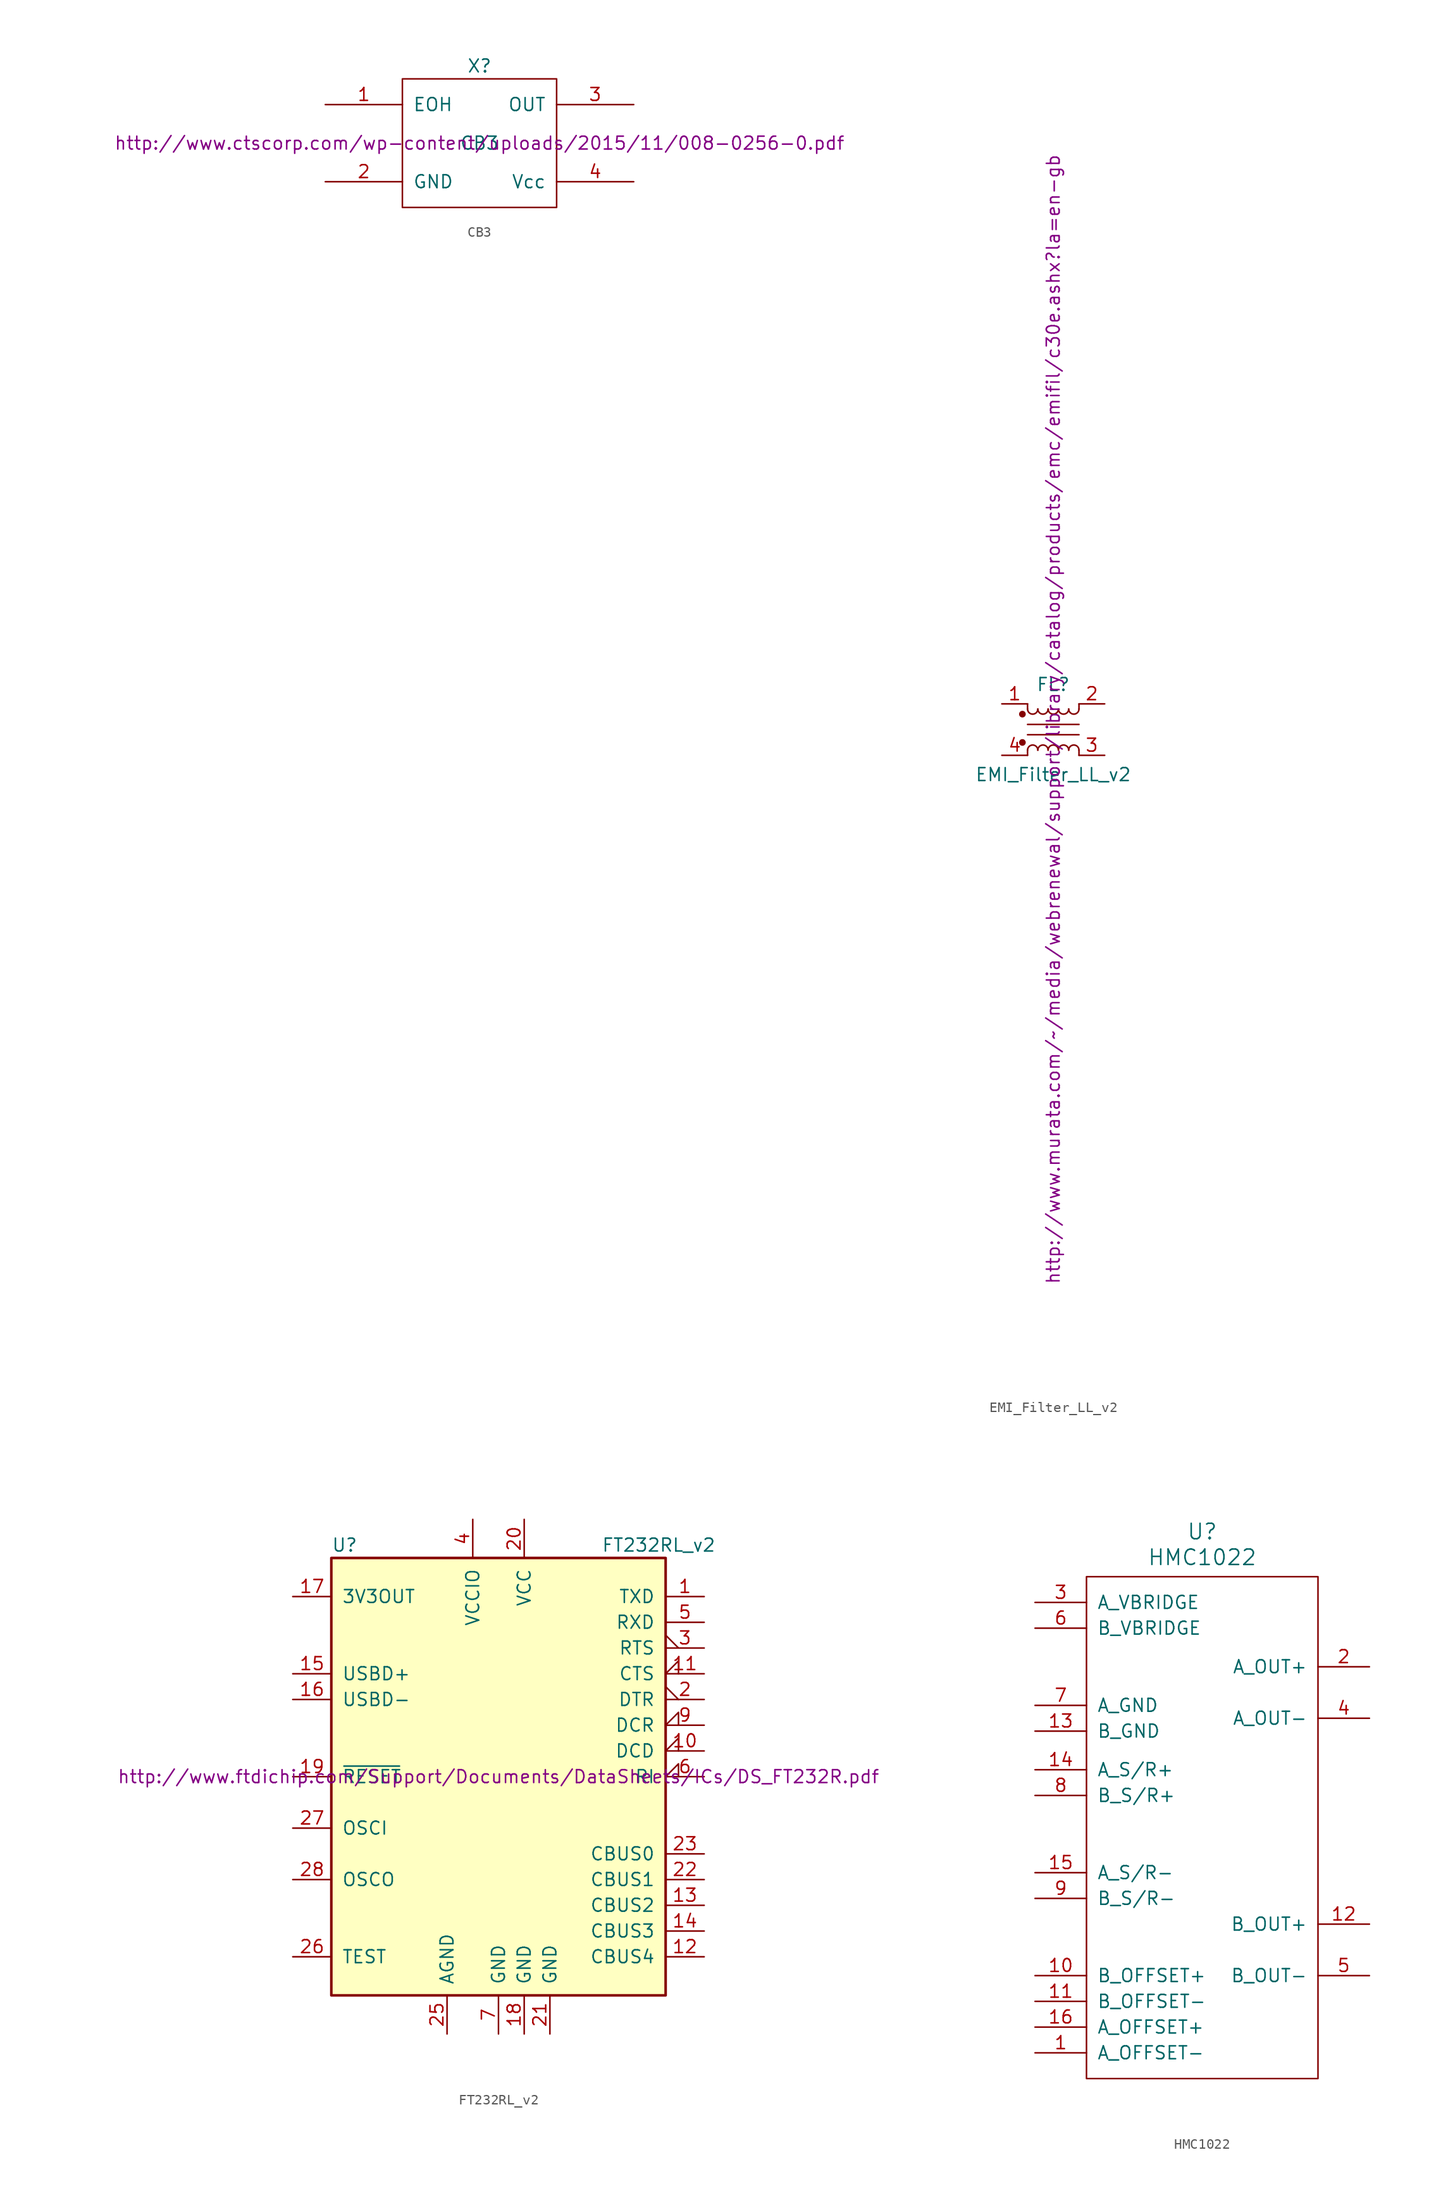
<source format=kicad_sym>
(kicad_symbol_lib
  (version 20241209)
  (generator "kicad_symbol_editor")
  (generator_version "9.0")
  (symbol "CB3"
    (pin_names
      (offset 1.016))
    (property "Reference" "X"
      (at 0 7.62 0)
      (effects (font (size 1.27 1.27))))
    (property "Value" "CB3"
      (at 0 0 0)
      (effects (font (size 1.27 1.27))))
    (property "Footprint" ""
      (at 0 0 0)
      (effects (font (size 1.27 1.27))))
    (property "Datasheet" "http://www.ctscorp.com/wp-content/uploads/2015/11/008-0256-0.pdf"
      (at 0 0 0)
      (effects (font (size 1.27 1.27))))
    (symbol "CB3_0_1"
      (rectangle (start -7.62 6.35) (end 7.62 -6.35) (stroke (width 0) (type default)) (fill (type none))))
    (symbol "CB3_1_1"
      (pin input line (at -15.24 3.81 0) (length 7.62) (name "EOH" (effects (font (size 1.27 1.27)))) (number "1" (effects (font (size 1.27 1.27)))))
      (pin passive line (at -15.24 -3.81 0) (length 7.62) (name "GND" (effects (font (size 1.27 1.27)))) (number "2" (effects (font (size 1.27 1.27)))))
      (pin output line (at 15.24 3.81 180) (length 7.62) (name "OUT" (effects (font (size 1.27 1.27)))) (number "3" (effects (font (size 1.27 1.27)))))
      (pin passive line (at 15.24 -3.81 180) (length 7.62) (name "Vcc" (effects (font (size 1.27 1.27)))) (number "4" (effects (font (size 1.27 1.27)))))))
  (symbol "EMI_Filter_LL_v2"
    (pin_names
      (offset 0.254)
      (hide yes))
    (property "Reference" "FL"
      (at 0 4.445 0)
      (effects (font (size 1.27 1.27))))
    (property "Value" "EMI_Filter_LL_v2"
      (at 0 -4.445 0)
      (effects (font (size 1.27 1.27))))
    (property "Footprint" ""
      (at 0 1.016 90)
      (effects (font (size 1.27 1.27))))
    (property "Datasheet" "http://www.murata.com/~/media/webrenewal/support/library/catalog/products/emc/emifil/c30e.ashx?la=en-gb"
      (at 0 1.016 90)
      (effects (font (size 1.27 1.27))))
    (symbol "EMI_Filter_LL_v2_0_1"
      (circle (center -3.048 1.524) (radius 0.254) (stroke (width 0) (type default)) (fill (type outline)))
      (circle (center -3.048 -1.27) (radius 0.254) (stroke (width 0) (type default)) (fill (type outline)))
      (polyline (pts (xy -2.54 2.032) (xy -2.54 2.54)) (stroke (width 0) (type default)) (fill (type none)))
      (polyline (pts (xy -2.54 0.508) (xy 2.54 0.508)) (stroke (width 0) (type default)) (fill (type none)))
      (polyline (pts (xy -2.54 -2.032) (xy -2.54 -2.54)) (stroke (width 0) (type default)) (fill (type none)))
      (arc (start -1.524 2.032) (mid -2.032 1.5262) (end -2.54 2.032) (stroke (width 0) (type default)) (fill (type none)))
      (arc (start -2.54 -2.032) (mid -2.032 -1.5262) (end -1.524 -2.032) (stroke (width 0) (type default)) (fill (type none)))
      (arc (start -0.508 2.032) (mid -1.016 1.5262) (end -1.524 2.032) (stroke (width 0) (type default)) (fill (type none)))
      (arc (start -1.524 -2.032) (mid -1.016 -1.5262) (end -0.508 -2.032) (stroke (width 0) (type default)) (fill (type none)))
      (arc (start 0.508 2.032) (mid 0 1.5262) (end -0.508 2.032) (stroke (width 0) (type default)) (fill (type none)))
      (arc (start -0.508 -2.032) (mid 0 -1.5262) (end 0.508 -2.032) (stroke (width 0) (type default)) (fill (type none)))
      (arc (start 1.524 2.032) (mid 1.016 1.5262) (end 0.508 2.032) (stroke (width 0) (type default)) (fill (type none)))
      (arc (start 0.508 -2.032) (mid 1.016 -1.5262) (end 1.524 -2.032) (stroke (width 0) (type default)) (fill (type none)))
      (arc (start 2.54 2.032) (mid 2.032 1.5262) (end 1.524 2.032) (stroke (width 0) (type default)) (fill (type none)))
      (arc (start 1.524 -2.032) (mid 2.032 -1.5262) (end 2.54 -2.032) (stroke (width 0) (type default)) (fill (type none)))
      (polyline (pts (xy 2.54 2.54) (xy 2.54 2.032)) (stroke (width 0) (type default)) (fill (type none)))
      (polyline (pts (xy 2.54 -0.508) (xy -2.54 -0.508)) (stroke (width 0) (type default)) (fill (type none)))
      (polyline (pts (xy 2.54 -2.032) (xy 2.54 -2.54)) (stroke (width 0) (type default)) (fill (type none))))
    (symbol "EMI_Filter_LL_v2_1_1"
      (pin passive line (at -5.08 2.54 0) (length 2.54) (name "1" (effects (font (size 1.27 1.27)))) (number "1" (effects (font (size 1.27 1.27)))))
      (pin passive line (at -5.08 -2.54 0) (length 2.54) (name "4" (effects (font (size 1.27 1.27)))) (number "4" (effects (font (size 1.27 1.27)))))
      (pin passive line (at 5.08 2.54 180) (length 2.54) (name "2" (effects (font (size 1.27 1.27)))) (number "2" (effects (font (size 1.27 1.27)))))
      (pin passive line (at 5.08 -2.54 180) (length 2.54) (name "3" (effects (font (size 1.27 1.27)))) (number "3" (effects (font (size 1.27 1.27)))))))
  (symbol "FT232RL_v2"
    (pin_names
      (offset 1.016))
    (property "Reference" "U"
      (at -16.51 22.86 0)
      (effects (font (size 1.27 1.27)) (justify left)))
    (property "Value" "FT232RL_v2"
      (at 10.16 22.86 0)
      (effects (font (size 1.27 1.27)) (justify left)))
    (property "Datasheet" "http://www.ftdichip.com/Support/Documents/DataSheets/ICs/DS_FT232R.pdf"
      (at 0 0 0)
      (effects (font (size 1.27 1.27))))
    (symbol "FT232RL_v2_0_1"
      (rectangle (start -16.51 21.59) (end 16.51 -21.59) (stroke (width 0.254) (type default)) (fill (type background))))
    (symbol "FT232RL_v2_1_1"
      (pin output line (at -20.32 17.78 0) (length 3.81) (name "3V3OUT" (effects (font (size 1.27 1.27)))) (number "17" (effects (font (size 1.27 1.27)))))
      (pin bidirectional line (at -20.32 10.16 0) (length 3.81) (name "USBD+" (effects (font (size 1.27 1.27)))) (number "15" (effects (font (size 1.27 1.27)))))
      (pin bidirectional line (at -20.32 7.62 0) (length 3.81) (name "USBD-" (effects (font (size 1.27 1.27)))) (number "16" (effects (font (size 1.27 1.27)))))
      (pin input line (at -20.32 0 0) (length 3.81) (name "~{RESET}" (effects (font (size 1.27 1.27)))) (number "19" (effects (font (size 1.27 1.27)))))
      (pin input line (at -20.32 -5.08 0) (length 3.81) (name "OSCI" (effects (font (size 1.27 1.27)))) (number "27" (effects (font (size 1.27 1.27)))))
      (pin output line (at -20.32 -10.16 0) (length 3.81) (name "OSCO" (effects (font (size 1.27 1.27)))) (number "28" (effects (font (size 1.27 1.27)))))
      (pin power_in line (at -20.32 -17.78 0) (length 3.81) (name "TEST" (effects (font (size 1.27 1.27)))) (number "26" (effects (font (size 1.27 1.27)))))
      (pin power_in line (at -5.08 -25.4 90) (length 3.81) (name "AGND" (effects (font (size 1.27 1.27)))) (number "25" (effects (font (size 1.27 1.27)))))
      (pin no_connect line (at -3.81 8.89 0) (length 2.54) (hide yes) (name "NC" (effects (font (size 1.27 1.27)))) (number "8" (effects (font (size 1.27 1.27)))))
      (pin no_connect line (at -3.81 6.35 0) (length 2.54) (hide yes) (name "NC" (effects (font (size 1.27 1.27)))) (number "24" (effects (font (size 1.27 1.27)))))
      (pin input line (at -2.54 25.4 270) (length 3.81) (name "VCCIO" (effects (font (size 1.27 1.27)))) (number "4" (effects (font (size 1.27 1.27)))))
      (pin power_in line (at 0 -25.4 90) (length 3.81) (name "GND" (effects (font (size 1.27 1.27)))) (number "7" (effects (font (size 1.27 1.27)))))
      (pin power_in line (at 2.54 25.4 270) (length 3.81) (name "VCC" (effects (font (size 1.27 1.27)))) (number "20" (effects (font (size 1.27 1.27)))))
      (pin power_in line (at 2.54 -25.4 90) (length 3.81) (name "GND" (effects (font (size 1.27 1.27)))) (number "18" (effects (font (size 1.27 1.27)))))
      (pin power_in line (at 5.08 -25.4 90) (length 3.81) (name "GND" (effects (font (size 1.27 1.27)))) (number "21" (effects (font (size 1.27 1.27)))))
      (pin output line (at 20.32 17.78 180) (length 3.81) (name "TXD" (effects (font (size 1.27 1.27)))) (number "1" (effects (font (size 1.27 1.27)))))
      (pin input line (at 20.32 15.24 180) (length 3.81) (name "RXD" (effects (font (size 1.27 1.27)))) (number "5" (effects (font (size 1.27 1.27)))))
      (pin output output_low (at 20.32 12.7 180) (length 3.81) (name "RTS" (effects (font (size 1.27 1.27)))) (number "3" (effects (font (size 1.27 1.27)))))
      (pin input input_low (at 20.32 10.16 180) (length 3.81) (name "CTS" (effects (font (size 1.27 1.27)))) (number "11" (effects (font (size 1.27 1.27)))))
      (pin output output_low (at 20.32 7.62 180) (length 3.81) (name "DTR" (effects (font (size 1.27 1.27)))) (number "2" (effects (font (size 1.27 1.27)))))
      (pin input input_low (at 20.32 5.08 180) (length 3.81) (name "DCR" (effects (font (size 1.27 1.27)))) (number "9" (effects (font (size 1.27 1.27)))))
      (pin input input_low (at 20.32 2.54 180) (length 3.81) (name "DCD" (effects (font (size 1.27 1.27)))) (number "10" (effects (font (size 1.27 1.27)))))
      (pin input input_low (at 20.32 0 180) (length 3.81) (name "RI" (effects (font (size 1.27 1.27)))) (number "6" (effects (font (size 1.27 1.27)))))
      (pin bidirectional line (at 20.32 -7.62 180) (length 3.81) (name "CBUS0" (effects (font (size 1.27 1.27)))) (number "23" (effects (font (size 1.27 1.27)))))
      (pin output line (at 20.32 -10.16 180) (length 3.81) (name "CBUS1" (effects (font (size 1.27 1.27)))) (number "22" (effects (font (size 1.27 1.27)))))
      (pin bidirectional line (at 20.32 -12.7 180) (length 3.81) (name "CBUS2" (effects (font (size 1.27 1.27)))) (number "13" (effects (font (size 1.27 1.27)))))
      (pin bidirectional line (at 20.32 -15.24 180) (length 3.81) (name "CBUS3" (effects (font (size 1.27 1.27)))) (number "14" (effects (font (size 1.27 1.27)))))
      (pin bidirectional line (at 20.32 -17.78 180) (length 3.81) (name "CBUS4" (effects (font (size 1.27 1.27)))) (number "12" (effects (font (size 1.27 1.27)))))))
  (symbol "HMC1022"
    (pin_names
      (offset 1.016))
    (property "Reference" "U"
      (at 0 28.575 0)
      (effects (font (size 1.524 1.524))))
    (property "Value" "HMC1022"
      (at 0 26.035 0)
      (effects (font (size 1.524 1.524))))
    (symbol "HMC1022_0_1"
      (rectangle (start -11.43 24.13) (end 11.43 -25.4) (stroke (width 0) (type default)) (fill (type none))))
    (symbol "HMC1022_1_1"
      (pin power_in line (at -16.51 21.59 0) (length 5.08) (name "A_VBRIDGE" (effects (font (size 1.27 1.27)))) (number "3" (effects (font (size 1.27 1.27)))))
      (pin power_in line (at -16.51 19.05 0) (length 5.08) (name "B_VBRIDGE" (effects (font (size 1.27 1.27)))) (number "6" (effects (font (size 1.27 1.27)))))
      (pin power_in line (at -16.51 11.43 0) (length 5.08) (name "A_GND" (effects (font (size 1.27 1.27)))) (number "7" (effects (font (size 1.27 1.27)))))
      (pin power_in line (at -16.51 8.89 0) (length 5.08) (name "B_GND" (effects (font (size 1.27 1.27)))) (number "13" (effects (font (size 1.27 1.27)))))
      (pin input line (at -16.51 5.08 0) (length 5.08) (name "A_S/R+" (effects (font (size 1.27 1.27)))) (number "14" (effects (font (size 1.27 1.27)))))
      (pin input line (at -16.51 2.54 0) (length 5.08) (name "B_S/R+" (effects (font (size 1.27 1.27)))) (number "8" (effects (font (size 1.27 1.27)))))
      (pin input line (at -16.51 -5.08 0) (length 5.08) (name "A_S/R-" (effects (font (size 1.27 1.27)))) (number "15" (effects (font (size 1.27 1.27)))))
      (pin input line (at -16.51 -7.62 0) (length 5.08) (name "B_S/R-" (effects (font (size 1.27 1.27)))) (number "9" (effects (font (size 1.27 1.27)))))
      (pin input line (at -16.51 -15.24 0) (length 5.08) (name "B_OFFSET+" (effects (font (size 1.27 1.27)))) (number "10" (effects (font (size 1.27 1.27)))))
      (pin input line (at -16.51 -17.78 0) (length 5.08) (name "B_OFFSET-" (effects (font (size 1.27 1.27)))) (number "11" (effects (font (size 1.27 1.27)))))
      (pin input line (at -16.51 -20.32 0) (length 5.08) (name "A_OFFSET+" (effects (font (size 1.27 1.27)))) (number "16" (effects (font (size 1.27 1.27)))))
      (pin input line (at -16.51 -22.86 0) (length 5.08) (name "A_OFFSET-" (effects (font (size 1.27 1.27)))) (number "1" (effects (font (size 1.27 1.27)))))
      (pin output line (at 16.51 15.24 180) (length 5.08) (name "A_OUT+" (effects (font (size 1.27 1.27)))) (number "2" (effects (font (size 1.27 1.27)))))
      (pin output line (at 16.51 10.16 180) (length 5.08) (name "A_OUT-" (effects (font (size 1.27 1.27)))) (number "4" (effects (font (size 1.27 1.27)))))
      (pin output line (at 16.51 -10.16 180) (length 5.08) (name "B_OUT+" (effects (font (size 1.27 1.27)))) (number "12" (effects (font (size 1.27 1.27)))))
      (pin output line (at 16.51 -15.24 180) (length 5.08) (name "B_OUT-" (effects (font (size 1.27 1.27)))) (number "5" (effects (font (size 1.27 1.27))))))))
</source>
